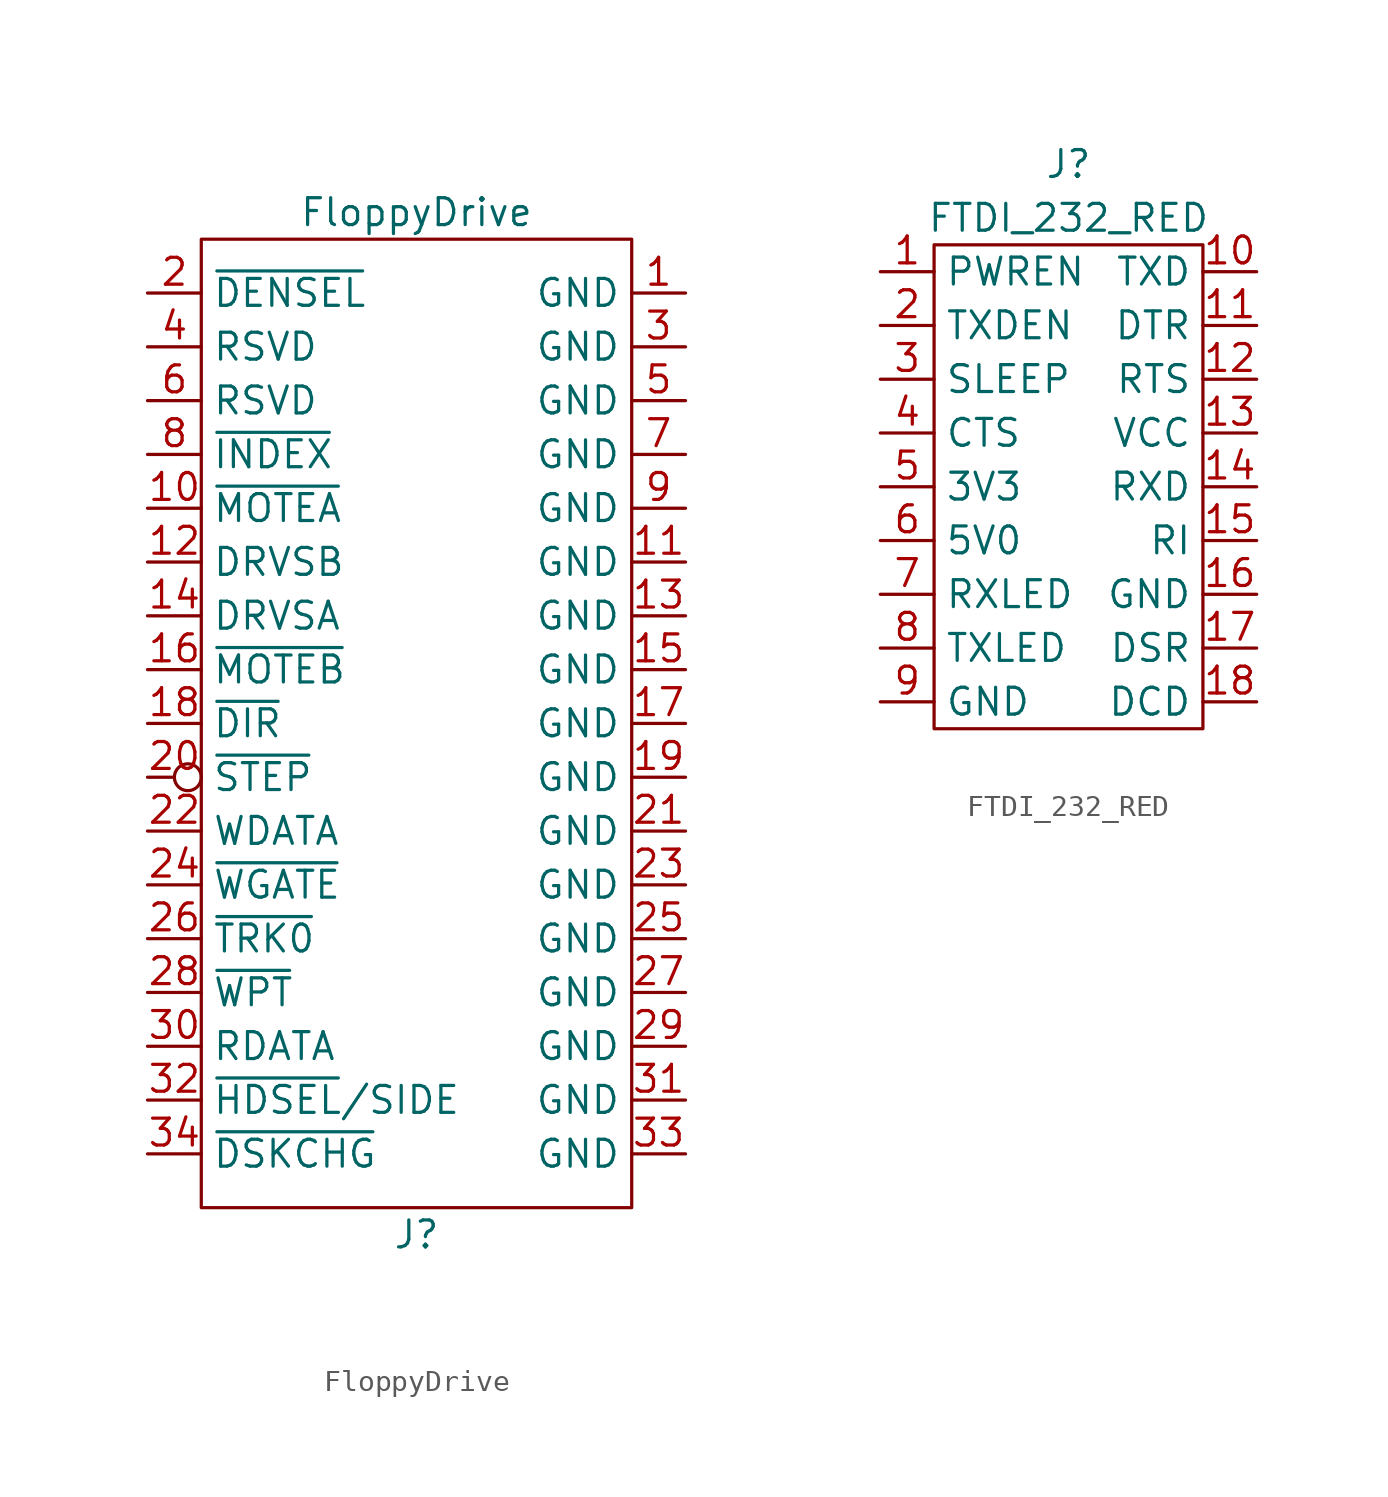
<source format=kicad_sym>
(kicad_symbol_lib
  (version 20211014)
  (generator kicad_symbol_editor)
  (symbol "FloppyDrive"
    (property "Reference" "J"
      (at 0 -24.13 0)
      (effects (font (size 1.27 1.27))))
    (property "Value" "FloppyDrive"
      (at 0 24.13 0)
      (effects (font (size 1.27 1.27))))
    (symbol "FloppyDrive_0_1"
      (rectangle (start -10.16 22.86) (end 10.16 -22.86) (stroke (width 0) (type default) (color 0 0 0 0)) (fill (type none))))
    (symbol "FloppyDrive_1_1"
      (pin input line (at 12.7 20.32 180) (length 2.54) (name "GND" (effects (font (size 1.27 1.27)))) (number "1" (effects (font (size 1.27 1.27)))))
      (pin output line (at -12.7 10.16 0) (length 2.54) (name "~{MOTEA}" (effects (font (size 1.27 1.27)))) (number "10" (effects (font (size 1.27 1.27)))))
      (pin input line (at 12.7 7.62 180) (length 2.54) (name "GND" (effects (font (size 1.27 1.27)))) (number "11" (effects (font (size 1.27 1.27)))))
      (pin output line (at -12.7 7.62 0) (length 2.54) (name "DRVSB" (effects (font (size 1.27 1.27)))) (number "12" (effects (font (size 1.27 1.27)))))
      (pin input line (at 12.7 5.08 180) (length 2.54) (name "GND" (effects (font (size 1.27 1.27)))) (number "13" (effects (font (size 1.27 1.27)))))
      (pin output line (at -12.7 5.08 0) (length 2.54) (name "DRVSA" (effects (font (size 1.27 1.27)))) (number "14" (effects (font (size 1.27 1.27)))))
      (pin input line (at 12.7 2.54 180) (length 2.54) (name "GND" (effects (font (size 1.27 1.27)))) (number "15" (effects (font (size 1.27 1.27)))))
      (pin output line (at -12.7 2.54 0) (length 2.54) (name "~{MOTEB}" (effects (font (size 1.27 1.27)))) (number "16" (effects (font (size 1.27 1.27)))))
      (pin input line (at 12.7 0 180) (length 2.54) (name "GND" (effects (font (size 1.27 1.27)))) (number "17" (effects (font (size 1.27 1.27)))))
      (pin output line (at -12.7 0 0) (length 2.54) (name "~{DIR}" (effects (font (size 1.27 1.27)))) (number "18" (effects (font (size 1.27 1.27)))))
      (pin input line (at 12.7 -2.54 180) (length 2.54) (name "GND" (effects (font (size 1.27 1.27)))) (number "19" (effects (font (size 1.27 1.27)))))
      (pin output line (at -12.7 20.32 0) (length 2.54) (name "~{DENSEL}" (effects (font (size 1.27 1.27)))) (number "2" (effects (font (size 1.27 1.27)))))
      (pin output inverted (at -12.7 -2.54 0) (length 2.54) (name "~{STEP}" (effects (font (size 1.27 1.27)))) (number "20" (effects (font (size 1.27 1.27)))))
      (pin input line (at 12.7 -5.08 180) (length 2.54) (name "GND" (effects (font (size 1.27 1.27)))) (number "21" (effects (font (size 1.27 1.27)))))
      (pin output line (at -12.7 -5.08 0) (length 2.54) (name "WDATA" (effects (font (size 1.27 1.27)))) (number "22" (effects (font (size 1.27 1.27)))))
      (pin input line (at 12.7 -7.62 180) (length 2.54) (name "GND" (effects (font (size 1.27 1.27)))) (number "23" (effects (font (size 1.27 1.27)))))
      (pin output line (at -12.7 -7.62 0) (length 2.54) (name "~{WGATE}" (effects (font (size 1.27 1.27)))) (number "24" (effects (font (size 1.27 1.27)))))
      (pin input line (at 12.7 -10.16 180) (length 2.54) (name "GND" (effects (font (size 1.27 1.27)))) (number "25" (effects (font (size 1.27 1.27)))))
      (pin output line (at -12.7 -10.16 0) (length 2.54) (name "~{TRK0}" (effects (font (size 1.27 1.27)))) (number "26" (effects (font (size 1.27 1.27)))))
      (pin input line (at 12.7 -12.7 180) (length 2.54) (name "GND" (effects (font (size 1.27 1.27)))) (number "27" (effects (font (size 1.27 1.27)))))
      (pin input line (at -12.7 -12.7 0) (length 2.54) (name "~{WPT}" (effects (font (size 1.27 1.27)))) (number "28" (effects (font (size 1.27 1.27)))))
      (pin input line (at 12.7 -15.24 180) (length 2.54) (name "GND" (effects (font (size 1.27 1.27)))) (number "29" (effects (font (size 1.27 1.27)))))
      (pin input line (at 12.7 17.78 180) (length 2.54) (name "GND" (effects (font (size 1.27 1.27)))) (number "3" (effects (font (size 1.27 1.27)))))
      (pin input line (at -12.7 -15.24 0) (length 2.54) (name "RDATA" (effects (font (size 1.27 1.27)))) (number "30" (effects (font (size 1.27 1.27)))))
      (pin input line (at 12.7 -17.78 180) (length 2.54) (name "GND" (effects (font (size 1.27 1.27)))) (number "31" (effects (font (size 1.27 1.27)))))
      (pin input line (at -12.7 -17.78 0) (length 2.54) (name "~{HDSEL}/SIDE" (effects (font (size 1.27 1.27)))) (number "32" (effects (font (size 1.27 1.27)))))
      (pin input line (at 12.7 -20.32 180) (length 2.54) (name "GND" (effects (font (size 1.27 1.27)))) (number "33" (effects (font (size 1.27 1.27)))))
      (pin input line (at -12.7 -20.32 0) (length 2.54) (name "~{DSKCHG}" (effects (font (size 1.27 1.27)))) (number "34" (effects (font (size 1.27 1.27)))))
      (pin free line (at -12.7 17.78 0) (length 2.54) (name "RSVD" (effects (font (size 1.27 1.27)))) (number "4" (effects (font (size 1.27 1.27)))))
      (pin input line (at 12.7 15.24 180) (length 2.54) (name "GND" (effects (font (size 1.27 1.27)))) (number "5" (effects (font (size 1.27 1.27)))))
      (pin free line (at -12.7 15.24 0) (length 2.54) (name "RSVD" (effects (font (size 1.27 1.27)))) (number "6" (effects (font (size 1.27 1.27)))))
      (pin input line (at 12.7 12.7 180) (length 2.54) (name "GND" (effects (font (size 1.27 1.27)))) (number "7" (effects (font (size 1.27 1.27)))))
      (pin input line (at -12.7 12.7 0) (length 2.54) (name "~{INDEX}" (effects (font (size 1.27 1.27)))) (number "8" (effects (font (size 1.27 1.27)))))
      (pin input line (at 12.7 10.16 180) (length 2.54) (name "GND" (effects (font (size 1.27 1.27)))) (number "9" (effects (font (size 1.27 1.27)))))))
  (symbol "FTDI_232_RED"
    (property "Reference" "J"
      (at 0 13.97 0)
      (effects (font (size 1.27 1.27))))
    (property "Value" "FTDI_232_RED"
      (at 0 11.43 0)
      (effects (font (size 1.27 1.27))))
    (symbol "FTDI_232_RED_0_1"
      (rectangle (start -6.35 10.16) (end 6.35 -12.7) (stroke (width 0) (type default) (color 0 0 0 0)) (fill (type none))))
    (symbol "FTDI_232_RED_1_1"
      (pin input line (at -8.89 8.89 0) (length 2.54) (name "PWREN" (effects (font (size 1.27 1.27)))) (number "1" (effects (font (size 1.27 1.27)))))
      (pin input line (at 8.89 8.89 180) (length 2.54) (name "TXD" (effects (font (size 1.27 1.27)))) (number "10" (effects (font (size 1.27 1.27)))))
      (pin input line (at 8.89 6.35 180) (length 2.54) (name "DTR" (effects (font (size 1.27 1.27)))) (number "11" (effects (font (size 1.27 1.27)))))
      (pin input line (at 8.89 3.81 180) (length 2.54) (name "RTS" (effects (font (size 1.27 1.27)))) (number "12" (effects (font (size 1.27 1.27)))))
      (pin input line (at 8.89 1.27 180) (length 2.54) (name "VCC" (effects (font (size 1.27 1.27)))) (number "13" (effects (font (size 1.27 1.27)))))
      (pin input line (at 8.89 -1.27 180) (length 2.54) (name "RXD" (effects (font (size 1.27 1.27)))) (number "14" (effects (font (size 1.27 1.27)))))
      (pin input line (at 8.89 -3.81 180) (length 2.54) (name "RI" (effects (font (size 1.27 1.27)))) (number "15" (effects (font (size 1.27 1.27)))))
      (pin input line (at 8.89 -6.35 180) (length 2.54) (name "GND" (effects (font (size 1.27 1.27)))) (number "16" (effects (font (size 1.27 1.27)))))
      (pin input line (at 8.89 -8.89 180) (length 2.54) (name "DSR" (effects (font (size 1.27 1.27)))) (number "17" (effects (font (size 1.27 1.27)))))
      (pin input line (at 8.89 -11.43 180) (length 2.54) (name "DCD" (effects (font (size 1.27 1.27)))) (number "18" (effects (font (size 1.27 1.27)))))
      (pin input line (at -8.89 6.35 0) (length 2.54) (name "TXDEN" (effects (font (size 1.27 1.27)))) (number "2" (effects (font (size 1.27 1.27)))))
      (pin input line (at -8.89 3.81 0) (length 2.54) (name "SLEEP" (effects (font (size 1.27 1.27)))) (number "3" (effects (font (size 1.27 1.27)))))
      (pin input line (at -8.89 1.27 0) (length 2.54) (name "CTS" (effects (font (size 1.27 1.27)))) (number "4" (effects (font (size 1.27 1.27)))))
      (pin input line (at -8.89 -1.27 0) (length 2.54) (name "3V3" (effects (font (size 1.27 1.27)))) (number "5" (effects (font (size 1.27 1.27)))))
      (pin input line (at -8.89 -3.81 0) (length 2.54) (name "5V0" (effects (font (size 1.27 1.27)))) (number "6" (effects (font (size 1.27 1.27)))))
      (pin input line (at -8.89 -6.35 0) (length 2.54) (name "RXLED" (effects (font (size 1.27 1.27)))) (number "7" (effects (font (size 1.27 1.27)))))
      (pin input line (at -8.89 -8.89 0) (length 2.54) (name "TXLED" (effects (font (size 1.27 1.27)))) (number "8" (effects (font (size 1.27 1.27)))))
      (pin input line (at -8.89 -11.43 0) (length 2.54) (name "GND" (effects (font (size 1.27 1.27)))) (number "9" (effects (font (size 1.27 1.27))))))))
</source>
